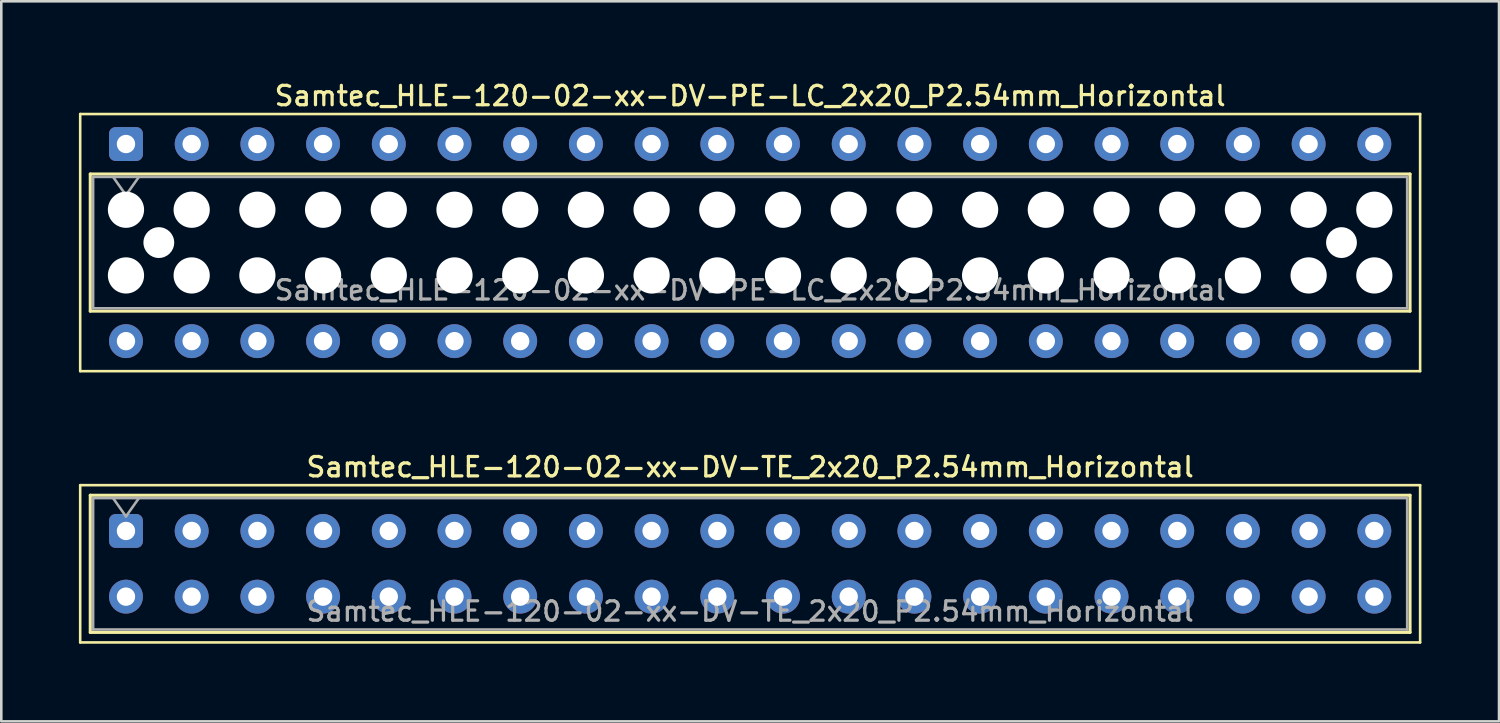
<source format=kicad_pcb>
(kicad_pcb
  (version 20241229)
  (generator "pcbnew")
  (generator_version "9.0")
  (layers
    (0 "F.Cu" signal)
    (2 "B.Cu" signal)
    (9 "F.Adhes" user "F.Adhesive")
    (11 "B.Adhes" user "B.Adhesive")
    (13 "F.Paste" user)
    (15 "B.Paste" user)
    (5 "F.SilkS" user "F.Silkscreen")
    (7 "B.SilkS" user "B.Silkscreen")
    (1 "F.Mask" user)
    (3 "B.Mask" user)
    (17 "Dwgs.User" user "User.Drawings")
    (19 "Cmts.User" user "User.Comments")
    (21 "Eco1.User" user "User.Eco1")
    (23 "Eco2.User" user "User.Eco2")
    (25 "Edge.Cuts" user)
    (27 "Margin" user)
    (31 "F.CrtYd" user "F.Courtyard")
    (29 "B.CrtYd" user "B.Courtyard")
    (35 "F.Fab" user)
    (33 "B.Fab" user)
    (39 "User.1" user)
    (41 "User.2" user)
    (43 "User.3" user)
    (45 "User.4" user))
  (footprint "Samtec_HLE-120-02-xx-DV-PE-LC_2x20_P2.54mm_Horizontal"
    (layer "F.Cu")
    (at 1.82 2.518)
    (property "Reference" "Samtec_HLE-120-02-xx-DV-PE-LC_2x20_P2.54mm_Horizontal" (at 24.13 -1.86 0) (layer "F.SilkS") (effects (font (size 0.75 0.75) (thickness 0.125))))
    (attr through_hole)
    (fp_line (start -1.77 -1.16) (end 50.03 -1.16) (stroke (width 0.1) (type solid)) (layer "F.SilkS"))
    (fp_line (start -1.77 8.78) (end -1.77 -1.16) (stroke (width 0.1) (type solid)) (layer "F.SilkS"))
    (fp_line (start -1.38 1.16) (end 49.64 1.16) (stroke (width 0.12) (type solid)) (layer "F.SilkS"))
    (fp_line (start -1.38 6.46) (end -1.38 1.16) (stroke (width 0.12) (type solid)) (layer "F.SilkS"))
    (fp_line (start 49.64 1.16) (end 49.64 6.46) (stroke (width 0.12) (type solid)) (layer "F.SilkS"))
    (fp_line (start 49.64 6.46) (end -1.38 6.46) (stroke (width 0.12) (type solid)) (layer "F.SilkS"))
    (fp_line (start 50.03 -1.16) (end 50.03 8.78) (stroke (width 0.1) (type solid)) (layer "F.SilkS"))
    (fp_line (start 50.03 8.78) (end -1.77 8.78) (stroke (width 0.1) (type solid)) (layer "F.SilkS"))
    (fp_line (start -1.27 1.27) (end 49.53 1.27) (stroke (width 0.1) (type solid)) (layer "F.Fab"))
    (fp_line (start -1.27 6.35) (end -1.27 1.27) (stroke (width 0.1) (type solid)) (layer "F.Fab"))
    (fp_line (start -0.5 1.27) (end 0 1.977) (stroke (width 0.1) (type solid)) (layer "F.Fab"))
    (fp_line (start 0 1.977) (end 0.5 1.27) (stroke (width 0.1) (type solid)) (layer "F.Fab"))
    (fp_line (start 49.53 1.27) (end 49.53 6.35) (stroke (width 0.1) (type solid)) (layer "F.Fab"))
    (fp_line (start 49.53 6.35) (end -1.27 6.35) (stroke (width 0.1) (type solid)) (layer "F.Fab"))
    (fp_text user "${REFERENCE}" (at 24.13 5.65 0) (layer "F.Fab") (effects (font (size 0.75 0.75) (thickness 0.125))))
    (pad "" np_thru_hole circle (at 0 2.54) (size 1.4 1.4) (drill 1.4) (layers "*.Cu" "*.Mask"))
    (pad "" np_thru_hole circle (at 0 5.08) (size 1.4 1.4) (drill 1.4) (layers "*.Cu" "*.Mask"))
    (pad "" np_thru_hole circle (at 1.27 3.81) (size 1.19 1.19) (drill 1.19) (layers "*.Cu" "*.Mask"))
    (pad "" np_thru_hole circle (at 2.54 2.54) (size 1.4 1.4) (drill 1.4) (layers "*.Cu" "*.Mask"))
    (pad "" np_thru_hole circle (at 2.54 5.08) (size 1.4 1.4) (drill 1.4) (layers "*.Cu" "*.Mask"))
    (pad "" np_thru_hole circle (at 5.08 2.54) (size 1.4 1.4) (drill 1.4) (layers "*.Cu" "*.Mask"))
    (pad "" np_thru_hole circle (at 5.08 5.08) (size 1.4 1.4) (drill 1.4) (layers "*.Cu" "*.Mask"))
    (pad "" np_thru_hole circle (at 7.62 2.54) (size 1.4 1.4) (drill 1.4) (layers "*.Cu" "*.Mask"))
    (pad "" np_thru_hole circle (at 7.62 5.08) (size 1.4 1.4) (drill 1.4) (layers "*.Cu" "*.Mask"))
    (pad "" np_thru_hole circle (at 10.16 2.54) (size 1.4 1.4) (drill 1.4) (layers "*.Cu" "*.Mask"))
    (pad "" np_thru_hole circle (at 10.16 5.08) (size 1.4 1.4) (drill 1.4) (layers "*.Cu" "*.Mask"))
    (pad "" np_thru_hole circle (at 12.7 2.54) (size 1.4 1.4) (drill 1.4) (layers "*.Cu" "*.Mask"))
    (pad "" np_thru_hole circle (at 12.7 5.08) (size 1.4 1.4) (drill 1.4) (layers "*.Cu" "*.Mask"))
    (pad "" np_thru_hole circle (at 15.24 2.54) (size 1.4 1.4) (drill 1.4) (layers "*.Cu" "*.Mask"))
    (pad "" np_thru_hole circle (at 15.24 5.08) (size 1.4 1.4) (drill 1.4) (layers "*.Cu" "*.Mask"))
    (pad "" np_thru_hole circle (at 17.78 2.54) (size 1.4 1.4) (drill 1.4) (layers "*.Cu" "*.Mask"))
    (pad "" np_thru_hole circle (at 17.78 5.08) (size 1.4 1.4) (drill 1.4) (layers "*.Cu" "*.Mask"))
    (pad "" np_thru_hole circle (at 20.32 2.54) (size 1.4 1.4) (drill 1.4) (layers "*.Cu" "*.Mask"))
    (pad "" np_thru_hole circle (at 20.32 5.08) (size 1.4 1.4) (drill 1.4) (layers "*.Cu" "*.Mask"))
    (pad "" np_thru_hole circle (at 22.86 2.54) (size 1.4 1.4) (drill 1.4) (layers "*.Cu" "*.Mask"))
    (pad "" np_thru_hole circle (at 22.86 5.08) (size 1.4 1.4) (drill 1.4) (layers "*.Cu" "*.Mask"))
    (pad "" np_thru_hole circle (at 25.4 2.54) (size 1.4 1.4) (drill 1.4) (layers "*.Cu" "*.Mask"))
    (pad "" np_thru_hole circle (at 25.4 5.08) (size 1.4 1.4) (drill 1.4) (layers "*.Cu" "*.Mask"))
    (pad "" np_thru_hole circle (at 27.94 2.54) (size 1.4 1.4) (drill 1.4) (layers "*.Cu" "*.Mask"))
    (pad "" np_thru_hole circle (at 27.94 5.08) (size 1.4 1.4) (drill 1.4) (layers "*.Cu" "*.Mask"))
    (pad "" np_thru_hole circle (at 30.48 2.54) (size 1.4 1.4) (drill 1.4) (layers "*.Cu" "*.Mask"))
    (pad "" np_thru_hole circle (at 30.48 5.08) (size 1.4 1.4) (drill 1.4) (layers "*.Cu" "*.Mask"))
    (pad "" np_thru_hole circle (at 33.02 2.54) (size 1.4 1.4) (drill 1.4) (layers "*.Cu" "*.Mask"))
    (pad "" np_thru_hole circle (at 33.02 5.08) (size 1.4 1.4) (drill 1.4) (layers "*.Cu" "*.Mask"))
    (pad "" np_thru_hole circle (at 35.56 2.54) (size 1.4 1.4) (drill 1.4) (layers "*.Cu" "*.Mask"))
    (pad "" np_thru_hole circle (at 35.56 5.08) (size 1.4 1.4) (drill 1.4) (layers "*.Cu" "*.Mask"))
    (pad "" np_thru_hole circle (at 38.1 2.54) (size 1.4 1.4) (drill 1.4) (layers "*.Cu" "*.Mask"))
    (pad "" np_thru_hole circle (at 38.1 5.08) (size 1.4 1.4) (drill 1.4) (layers "*.Cu" "*.Mask"))
    (pad "" np_thru_hole circle (at 40.64 2.54) (size 1.4 1.4) (drill 1.4) (layers "*.Cu" "*.Mask"))
    (pad "" np_thru_hole circle (at 40.64 5.08) (size 1.4 1.4) (drill 1.4) (layers "*.Cu" "*.Mask"))
    (pad "" np_thru_hole circle (at 43.18 2.54) (size 1.4 1.4) (drill 1.4) (layers "*.Cu" "*.Mask"))
    (pad "" np_thru_hole circle (at 43.18 5.08) (size 1.4 1.4) (drill 1.4) (layers "*.Cu" "*.Mask"))
    (pad "" np_thru_hole circle (at 45.72 2.54) (size 1.4 1.4) (drill 1.4) (layers "*.Cu" "*.Mask"))
    (pad "" np_thru_hole circle (at 45.72 5.08) (size 1.4 1.4) (drill 1.4) (layers "*.Cu" "*.Mask"))
    (pad "" np_thru_hole circle (at 46.99 3.81) (size 1.19 1.19) (drill 1.19) (layers "*.Cu" "*.Mask"))
    (pad "" np_thru_hole circle (at 48.26 2.54) (size 1.4 1.4) (drill 1.4) (layers "*.Cu" "*.Mask"))
    (pad "" np_thru_hole circle (at 48.26 5.08) (size 1.4 1.4) (drill 1.4) (layers "*.Cu" "*.Mask"))
    (pad "1" thru_hole roundrect (at 0 0) (size 1.31 1.31) (drill 0.71) (layers "*.Cu" "*.Mask") (roundrect_rratio 0.191))
    (pad "2" thru_hole circle (at 0 7.62) (size 1.31 1.31) (drill 0.71) (layers "*.Cu" "*.Mask"))
    (pad "3" thru_hole circle (at 2.54 0) (size 1.31 1.31) (drill 0.71) (layers "*.Cu" "*.Mask"))
    (pad "4" thru_hole circle (at 2.54 7.62) (size 1.31 1.31) (drill 0.71) (layers "*.Cu" "*.Mask"))
    (pad "5" thru_hole circle (at 5.08 0) (size 1.31 1.31) (drill 0.71) (layers "*.Cu" "*.Mask"))
    (pad "6" thru_hole circle (at 5.08 7.62) (size 1.31 1.31) (drill 0.71) (layers "*.Cu" "*.Mask"))
    (pad "7" thru_hole circle (at 7.62 0) (size 1.31 1.31) (drill 0.71) (layers "*.Cu" "*.Mask"))
    (pad "8" thru_hole circle (at 7.62 7.62) (size 1.31 1.31) (drill 0.71) (layers "*.Cu" "*.Mask"))
    (pad "9" thru_hole circle (at 10.16 0) (size 1.31 1.31) (drill 0.71) (layers "*.Cu" "*.Mask"))
    (pad "10" thru_hole circle (at 10.16 7.62) (size 1.31 1.31) (drill 0.71) (layers "*.Cu" "*.Mask"))
    (pad "11" thru_hole circle (at 12.7 0) (size 1.31 1.31) (drill 0.71) (layers "*.Cu" "*.Mask"))
    (pad "12" thru_hole circle (at 12.7 7.62) (size 1.31 1.31) (drill 0.71) (layers "*.Cu" "*.Mask"))
    (pad "13" thru_hole circle (at 15.24 0) (size 1.31 1.31) (drill 0.71) (layers "*.Cu" "*.Mask"))
    (pad "14" thru_hole circle (at 15.24 7.62) (size 1.31 1.31) (drill 0.71) (layers "*.Cu" "*.Mask"))
    (pad "15" thru_hole circle (at 17.78 0) (size 1.31 1.31) (drill 0.71) (layers "*.Cu" "*.Mask"))
    (pad "16" thru_hole circle (at 17.78 7.62) (size 1.31 1.31) (drill 0.71) (layers "*.Cu" "*.Mask"))
    (pad "17" thru_hole circle (at 20.32 0) (size 1.31 1.31) (drill 0.71) (layers "*.Cu" "*.Mask"))
    (pad "18" thru_hole circle (at 20.32 7.62) (size 1.31 1.31) (drill 0.71) (layers "*.Cu" "*.Mask"))
    (pad "19" thru_hole circle (at 22.86 0) (size 1.31 1.31) (drill 0.71) (layers "*.Cu" "*.Mask"))
    (pad "20" thru_hole circle (at 22.86 7.62) (size 1.31 1.31) (drill 0.71) (layers "*.Cu" "*.Mask"))
    (pad "21" thru_hole circle (at 25.4 0) (size 1.31 1.31) (drill 0.71) (layers "*.Cu" "*.Mask"))
    (pad "22" thru_hole circle (at 25.4 7.62) (size 1.31 1.31) (drill 0.71) (layers "*.Cu" "*.Mask"))
    (pad "23" thru_hole circle (at 27.94 0) (size 1.31 1.31) (drill 0.71) (layers "*.Cu" "*.Mask"))
    (pad "24" thru_hole circle (at 27.94 7.62) (size 1.31 1.31) (drill 0.71) (layers "*.Cu" "*.Mask"))
    (pad "25" thru_hole circle (at 30.48 0) (size 1.31 1.31) (drill 0.71) (layers "*.Cu" "*.Mask"))
    (pad "26" thru_hole circle (at 30.48 7.62) (size 1.31 1.31) (drill 0.71) (layers "*.Cu" "*.Mask"))
    (pad "27" thru_hole circle (at 33.02 0) (size 1.31 1.31) (drill 0.71) (layers "*.Cu" "*.Mask"))
    (pad "28" thru_hole circle (at 33.02 7.62) (size 1.31 1.31) (drill 0.71) (layers "*.Cu" "*.Mask"))
    (pad "29" thru_hole circle (at 35.56 0) (size 1.31 1.31) (drill 0.71) (layers "*.Cu" "*.Mask"))
    (pad "30" thru_hole circle (at 35.56 7.62) (size 1.31 1.31) (drill 0.71) (layers "*.Cu" "*.Mask"))
    (pad "31" thru_hole circle (at 38.1 0) (size 1.31 1.31) (drill 0.71) (layers "*.Cu" "*.Mask"))
    (pad "32" thru_hole circle (at 38.1 7.62) (size 1.31 1.31) (drill 0.71) (layers "*.Cu" "*.Mask"))
    (pad "33" thru_hole circle (at 40.64 0) (size 1.31 1.31) (drill 0.71) (layers "*.Cu" "*.Mask"))
    (pad "34" thru_hole circle (at 40.64 7.62) (size 1.31 1.31) (drill 0.71) (layers "*.Cu" "*.Mask"))
    (pad "35" thru_hole circle (at 43.18 0) (size 1.31 1.31) (drill 0.71) (layers "*.Cu" "*.Mask"))
    (pad "36" thru_hole circle (at 43.18 7.62) (size 1.31 1.31) (drill 0.71) (layers "*.Cu" "*.Mask"))
    (pad "37" thru_hole circle (at 45.72 0) (size 1.31 1.31) (drill 0.71) (layers "*.Cu" "*.Mask"))
    (pad "38" thru_hole circle (at 45.72 7.62) (size 1.31 1.31) (drill 0.71) (layers "*.Cu" "*.Mask"))
    (pad "39" thru_hole circle (at 48.26 0) (size 1.31 1.31) (drill 0.71) (layers "*.Cu" "*.Mask"))
    (pad "40" thru_hole circle (at 48.26 7.62) (size 1.31 1.31) (drill 0.71) (layers "*.Cu" "*.Mask")))
  (footprint "Samtec_HLE-120-02-xx-DV-TE_2x20_P2.54mm_Horizontal"
    (layer "F.Cu")
    (at 1.82 17.476)
    (property "Reference" "Samtec_HLE-120-02-xx-DV-TE_2x20_P2.54mm_Horizontal" (at 24.13 -2.47 0) (layer "F.SilkS") (effects (font (size 0.75 0.75) (thickness 0.125))))
    (attr through_hole)
    (fp_line (start -1.77 -1.77) (end 50.03 -1.77) (stroke (width 0.1) (type solid)) (layer "F.SilkS"))
    (fp_line (start -1.77 4.31) (end -1.77 -1.77) (stroke (width 0.1) (type solid)) (layer "F.SilkS"))
    (fp_line (start -1.38 -1.38) (end 49.64 -1.38) (stroke (width 0.12) (type solid)) (layer "F.SilkS"))
    (fp_line (start -1.38 3.92) (end -1.38 -1.38) (stroke (width 0.12) (type solid)) (layer "F.SilkS"))
    (fp_line (start 49.64 -1.38) (end 49.64 3.92) (stroke (width 0.12) (type solid)) (layer "F.SilkS"))
    (fp_line (start 49.64 3.92) (end -1.38 3.92) (stroke (width 0.12) (type solid)) (layer "F.SilkS"))
    (fp_line (start 50.03 -1.77) (end 50.03 4.31) (stroke (width 0.1) (type solid)) (layer "F.SilkS"))
    (fp_line (start 50.03 4.31) (end -1.77 4.31) (stroke (width 0.1) (type solid)) (layer "F.SilkS"))
    (fp_line (start -1.27 -1.27) (end 49.53 -1.27) (stroke (width 0.1) (type solid)) (layer "F.Fab"))
    (fp_line (start -1.27 3.81) (end -1.27 -1.27) (stroke (width 0.1) (type solid)) (layer "F.Fab"))
    (fp_line (start -0.5 -1.27) (end 0 -0.563) (stroke (width 0.1) (type solid)) (layer "F.Fab"))
    (fp_line (start 0 -0.563) (end 0.5 -1.27) (stroke (width 0.1) (type solid)) (layer "F.Fab"))
    (fp_line (start 49.53 -1.27) (end 49.53 3.81) (stroke (width 0.1) (type solid)) (layer "F.Fab"))
    (fp_line (start 49.53 3.81) (end -1.27 3.81) (stroke (width 0.1) (type solid)) (layer "F.Fab"))
    (fp_text user "${REFERENCE}" (at 24.13 3.11 0) (layer "F.Fab") (effects (font (size 0.75 0.75) (thickness 0.125))))
    (pad "1" thru_hole roundrect (at 0 0) (size 1.31 1.31) (drill 0.71) (layers "*.Cu" "*.Mask") (roundrect_rratio 0.191))
    (pad "2" thru_hole circle (at 0 2.54) (size 1.31 1.31) (drill 0.71) (layers "*.Cu" "*.Mask"))
    (pad "3" thru_hole circle (at 2.54 0) (size 1.31 1.31) (drill 0.71) (layers "*.Cu" "*.Mask"))
    (pad "4" thru_hole circle (at 2.54 2.54) (size 1.31 1.31) (drill 0.71) (layers "*.Cu" "*.Mask"))
    (pad "5" thru_hole circle (at 5.08 0) (size 1.31 1.31) (drill 0.71) (layers "*.Cu" "*.Mask"))
    (pad "6" thru_hole circle (at 5.08 2.54) (size 1.31 1.31) (drill 0.71) (layers "*.Cu" "*.Mask"))
    (pad "7" thru_hole circle (at 7.62 0) (size 1.31 1.31) (drill 0.71) (layers "*.Cu" "*.Mask"))
    (pad "8" thru_hole circle (at 7.62 2.54) (size 1.31 1.31) (drill 0.71) (layers "*.Cu" "*.Mask"))
    (pad "9" thru_hole circle (at 10.16 0) (size 1.31 1.31) (drill 0.71) (layers "*.Cu" "*.Mask"))
    (pad "10" thru_hole circle (at 10.16 2.54) (size 1.31 1.31) (drill 0.71) (layers "*.Cu" "*.Mask"))
    (pad "11" thru_hole circle (at 12.7 0) (size 1.31 1.31) (drill 0.71) (layers "*.Cu" "*.Mask"))
    (pad "12" thru_hole circle (at 12.7 2.54) (size 1.31 1.31) (drill 0.71) (layers "*.Cu" "*.Mask"))
    (pad "13" thru_hole circle (at 15.24 0) (size 1.31 1.31) (drill 0.71) (layers "*.Cu" "*.Mask"))
    (pad "14" thru_hole circle (at 15.24 2.54) (size 1.31 1.31) (drill 0.71) (layers "*.Cu" "*.Mask"))
    (pad "15" thru_hole circle (at 17.78 0) (size 1.31 1.31) (drill 0.71) (layers "*.Cu" "*.Mask"))
    (pad "16" thru_hole circle (at 17.78 2.54) (size 1.31 1.31) (drill 0.71) (layers "*.Cu" "*.Mask"))
    (pad "17" thru_hole circle (at 20.32 0) (size 1.31 1.31) (drill 0.71) (layers "*.Cu" "*.Mask"))
    (pad "18" thru_hole circle (at 20.32 2.54) (size 1.31 1.31) (drill 0.71) (layers "*.Cu" "*.Mask"))
    (pad "19" thru_hole circle (at 22.86 0) (size 1.31 1.31) (drill 0.71) (layers "*.Cu" "*.Mask"))
    (pad "20" thru_hole circle (at 22.86 2.54) (size 1.31 1.31) (drill 0.71) (layers "*.Cu" "*.Mask"))
    (pad "21" thru_hole circle (at 25.4 0) (size 1.31 1.31) (drill 0.71) (layers "*.Cu" "*.Mask"))
    (pad "22" thru_hole circle (at 25.4 2.54) (size 1.31 1.31) (drill 0.71) (layers "*.Cu" "*.Mask"))
    (pad "23" thru_hole circle (at 27.94 0) (size 1.31 1.31) (drill 0.71) (layers "*.Cu" "*.Mask"))
    (pad "24" thru_hole circle (at 27.94 2.54) (size 1.31 1.31) (drill 0.71) (layers "*.Cu" "*.Mask"))
    (pad "25" thru_hole circle (at 30.48 0) (size 1.31 1.31) (drill 0.71) (layers "*.Cu" "*.Mask"))
    (pad "26" thru_hole circle (at 30.48 2.54) (size 1.31 1.31) (drill 0.71) (layers "*.Cu" "*.Mask"))
    (pad "27" thru_hole circle (at 33.02 0) (size 1.31 1.31) (drill 0.71) (layers "*.Cu" "*.Mask"))
    (pad "28" thru_hole circle (at 33.02 2.54) (size 1.31 1.31) (drill 0.71) (layers "*.Cu" "*.Mask"))
    (pad "29" thru_hole circle (at 35.56 0) (size 1.31 1.31) (drill 0.71) (layers "*.Cu" "*.Mask"))
    (pad "30" thru_hole circle (at 35.56 2.54) (size 1.31 1.31) (drill 0.71) (layers "*.Cu" "*.Mask"))
    (pad "31" thru_hole circle (at 38.1 0) (size 1.31 1.31) (drill 0.71) (layers "*.Cu" "*.Mask"))
    (pad "32" thru_hole circle (at 38.1 2.54) (size 1.31 1.31) (drill 0.71) (layers "*.Cu" "*.Mask"))
    (pad "33" thru_hole circle (at 40.64 0) (size 1.31 1.31) (drill 0.71) (layers "*.Cu" "*.Mask"))
    (pad "34" thru_hole circle (at 40.64 2.54) (size 1.31 1.31) (drill 0.71) (layers "*.Cu" "*.Mask"))
    (pad "35" thru_hole circle (at 43.18 0) (size 1.31 1.31) (drill 0.71) (layers "*.Cu" "*.Mask"))
    (pad "36" thru_hole circle (at 43.18 2.54) (size 1.31 1.31) (drill 0.71) (layers "*.Cu" "*.Mask"))
    (pad "37" thru_hole circle (at 45.72 0) (size 1.31 1.31) (drill 0.71) (layers "*.Cu" "*.Mask"))
    (pad "38" thru_hole circle (at 45.72 2.54) (size 1.31 1.31) (drill 0.71) (layers "*.Cu" "*.Mask"))
    (pad "39" thru_hole circle (at 48.26 0) (size 1.31 1.31) (drill 0.71) (layers "*.Cu" "*.Mask"))
    (pad "40" thru_hole circle (at 48.26 2.54) (size 1.31 1.31) (drill 0.71) (layers "*.Cu" "*.Mask")))
  (gr_rect
    (start -3 -3)
    (end 54.9 24.836)
    (stroke (width 0.1) (type default))
    (fill no)
    (layer "Edge.Cuts")))
</source>
